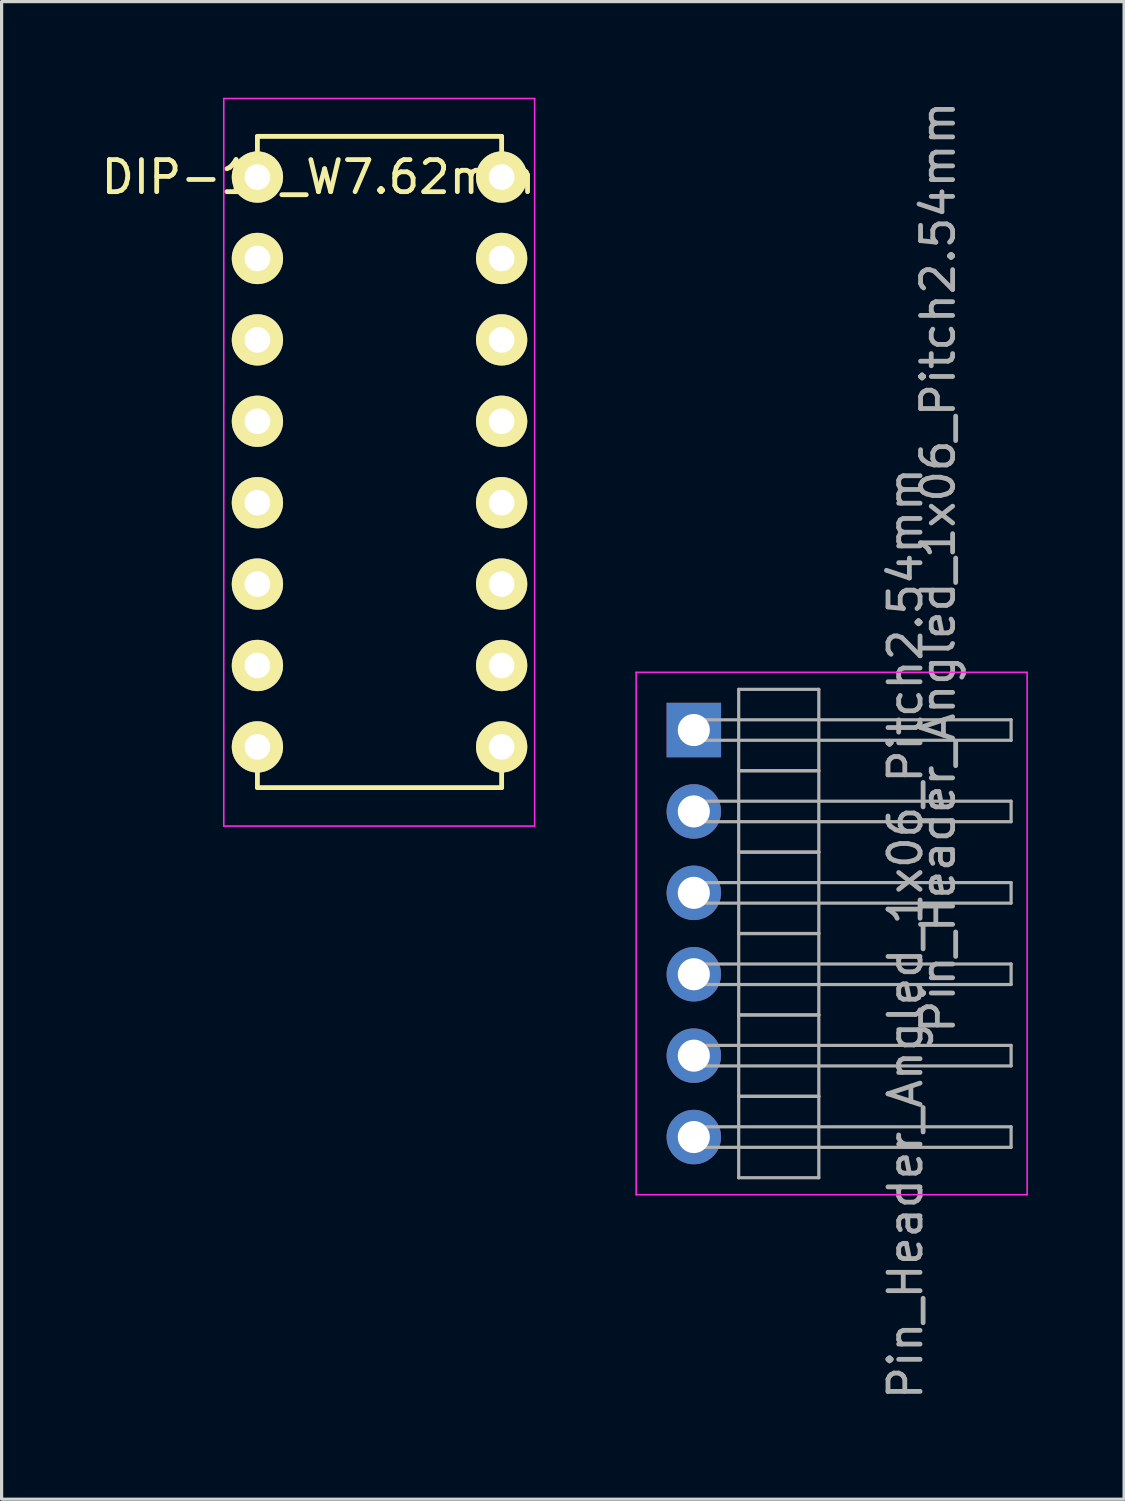
<source format=kicad_pcb>
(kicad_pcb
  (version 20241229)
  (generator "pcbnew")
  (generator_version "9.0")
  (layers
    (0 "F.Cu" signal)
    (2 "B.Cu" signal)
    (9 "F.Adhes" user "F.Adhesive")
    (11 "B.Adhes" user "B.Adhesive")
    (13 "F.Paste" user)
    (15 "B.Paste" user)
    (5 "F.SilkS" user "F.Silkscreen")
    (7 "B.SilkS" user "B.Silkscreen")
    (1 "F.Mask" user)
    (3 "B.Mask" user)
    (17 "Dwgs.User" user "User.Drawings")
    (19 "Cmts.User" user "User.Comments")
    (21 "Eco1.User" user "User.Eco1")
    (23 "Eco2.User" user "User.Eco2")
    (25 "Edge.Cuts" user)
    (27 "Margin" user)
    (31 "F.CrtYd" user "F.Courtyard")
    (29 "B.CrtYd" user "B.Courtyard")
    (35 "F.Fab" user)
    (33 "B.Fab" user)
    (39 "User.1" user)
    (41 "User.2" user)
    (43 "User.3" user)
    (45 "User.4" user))
  (footprint "DIP-16_W7.62mm"
    (layer "F.Cu")
    (at 4.982 2.475)
    (property "Reference" "DIP-16_W7.62mm" (at 1.905 0 0) (layer "F.SilkS") (effects (font (size 1 1) (thickness 0.15))))
    (attr through_hole)
    (fp_line (start 0 -1.27) (end 7.62 -1.27) (stroke (width 0.15) (type solid)) (layer "F.SilkS"))
    (fp_line (start 0 0) (end 0 -1.27) (stroke (width 0.15) (type solid)) (layer "F.SilkS"))
    (fp_line (start 0 17.78) (end 0 19.05) (stroke (width 0.15) (type solid)) (layer "F.SilkS"))
    (fp_line (start 0 19.05) (end 7.62 19.05) (stroke (width 0.15) (type solid)) (layer "F.SilkS"))
    (fp_line (start 7.62 -1.27) (end 7.62 0) (stroke (width 0.15) (type solid)) (layer "F.SilkS"))
    (fp_line (start 7.62 19.05) (end 7.62 17.78) (stroke (width 0.15) (type solid)) (layer "F.SilkS"))
    (fp_line (start -1.05 -2.45) (end -1.05 20.25) (stroke (width 0.05) (type solid)) (layer "F.CrtYd"))
    (fp_line (start -1.05 -2.45) (end 8.65 -2.45) (stroke (width 0.05) (type solid)) (layer "F.CrtYd"))
    (fp_line (start -1.05 20.25) (end 8.65 20.25) (stroke (width 0.05) (type solid)) (layer "F.CrtYd"))
    (fp_line (start 8.65 -2.45) (end 8.65 20.25) (stroke (width 0.05) (type solid)) (layer "F.CrtYd"))
    (pad "1" thru_hole oval (at 0 0) (size 1.6 1.6) (drill 0.8) (layers "*.Cu" "*.Mask" "F.SilkS"))
    (pad "2" thru_hole oval (at 0 2.54) (size 1.6 1.6) (drill 0.8) (layers "*.Cu" "*.Mask" "F.SilkS"))
    (pad "3" thru_hole oval (at 0 5.08) (size 1.6 1.6) (drill 0.8) (layers "*.Cu" "*.Mask" "F.SilkS"))
    (pad "4" thru_hole oval (at 0 7.62) (size 1.6 1.6) (drill 0.8) (layers "*.Cu" "*.Mask" "F.SilkS"))
    (pad "5" thru_hole oval (at 0 10.16) (size 1.6 1.6) (drill 0.8) (layers "*.Cu" "*.Mask" "F.SilkS"))
    (pad "6" thru_hole oval (at 0 12.7) (size 1.6 1.6) (drill 0.8) (layers "*.Cu" "*.Mask" "F.SilkS"))
    (pad "7" thru_hole oval (at 0 15.24) (size 1.6 1.6) (drill 0.8) (layers "*.Cu" "*.Mask" "F.SilkS"))
    (pad "8" thru_hole oval (at 0 17.78) (size 1.6 1.6) (drill 0.8) (layers "*.Cu" "*.Mask" "F.SilkS"))
    (pad "9" thru_hole oval (at 7.62 17.78) (size 1.6 1.6) (drill 0.8) (layers "*.Cu" "*.Mask" "F.SilkS"))
    (pad "10" thru_hole oval (at 7.62 15.24) (size 1.6 1.6) (drill 0.8) (layers "*.Cu" "*.Mask" "F.SilkS"))
    (pad "11" thru_hole oval (at 7.62 12.7) (size 1.6 1.6) (drill 0.8) (layers "*.Cu" "*.Mask" "F.SilkS"))
    (pad "12" thru_hole oval (at 7.62 10.16) (size 1.6 1.6) (drill 0.8) (layers "*.Cu" "*.Mask" "F.SilkS"))
    (pad "13" thru_hole oval (at 7.62 7.62) (size 1.6 1.6) (drill 0.8) (layers "*.Cu" "*.Mask" "F.SilkS"))
    (pad "14" thru_hole oval (at 7.62 5.08) (size 1.6 1.6) (drill 0.8) (layers "*.Cu" "*.Mask" "F.SilkS"))
    (pad "15" thru_hole oval (at 7.62 2.54) (size 1.6 1.6) (drill 0.8) (layers "*.Cu" "*.Mask" "F.SilkS"))
    (pad "16" thru_hole oval (at 7.62 0) (size 1.6 1.6) (drill 0.8) (layers "*.Cu" "*.Mask" "F.SilkS")))
  (footprint "Pin_Header_Angled_1x06_Pitch2.54mm"
    (layer "F.Cu")
    (at 18.599 19.729)
    (property "Reference" "Pin_Header_Angled_1x06_Pitch2.54mm" (at 6.604 6.35 90) (layer "F.Fab") (effects (font (size 1 1) (thickness 0.15))))
    (attr through_hole)
    (fp_line (start -1.8 -1.8) (end -1.8 14.5) (stroke (width 0.05) (type solid)) (layer "F.CrtYd"))
    (fp_line (start -1.8 14.5) (end 10.4 14.5) (stroke (width 0.05) (type solid)) (layer "F.CrtYd"))
    (fp_line (start 10.4 -1.8) (end -1.8 -1.8) (stroke (width 0.05) (type solid)) (layer "F.CrtYd"))
    (fp_line (start 10.4 14.5) (end 10.4 -1.8) (stroke (width 0.05) (type solid)) (layer "F.CrtYd"))
    (fp_line (start 0 -0.32) (end 0 0.32) (stroke (width 0.1) (type solid)) (layer "F.Fab"))
    (fp_line (start 0 0.32) (end 9.9 0.32) (stroke (width 0.1) (type solid)) (layer "F.Fab"))
    (fp_line (start 0 2.22) (end 0 2.86) (stroke (width 0.1) (type solid)) (layer "F.Fab"))
    (fp_line (start 0 2.86) (end 9.9 2.86) (stroke (width 0.1) (type solid)) (layer "F.Fab"))
    (fp_line (start 0 4.76) (end 0 5.4) (stroke (width 0.1) (type solid)) (layer "F.Fab"))
    (fp_line (start 0 5.4) (end 9.9 5.4) (stroke (width 0.1) (type solid)) (layer "F.Fab"))
    (fp_line (start 0 7.3) (end 0 7.94) (stroke (width 0.1) (type solid)) (layer "F.Fab"))
    (fp_line (start 0 7.94) (end 9.9 7.94) (stroke (width 0.1) (type solid)) (layer "F.Fab"))
    (fp_line (start 0 9.84) (end 0 10.48) (stroke (width 0.1) (type solid)) (layer "F.Fab"))
    (fp_line (start 0 10.48) (end 9.9 10.48) (stroke (width 0.1) (type solid)) (layer "F.Fab"))
    (fp_line (start 0 12.38) (end 0 13.02) (stroke (width 0.1) (type solid)) (layer "F.Fab"))
    (fp_line (start 0 13.02) (end 9.9 13.02) (stroke (width 0.1) (type solid)) (layer "F.Fab"))
    (fp_line (start 1.4 -1.27) (end 1.4 1.27) (stroke (width 0.1) (type solid)) (layer "F.Fab"))
    (fp_line (start 1.4 1.27) (end 1.4 3.81) (stroke (width 0.1) (type solid)) (layer "F.Fab"))
    (fp_line (start 1.4 1.27) (end 3.9 1.27) (stroke (width 0.1) (type solid)) (layer "F.Fab"))
    (fp_line (start 1.4 3.81) (end 1.4 6.35) (stroke (width 0.1) (type solid)) (layer "F.Fab"))
    (fp_line (start 1.4 3.81) (end 3.9 3.81) (stroke (width 0.1) (type solid)) (layer "F.Fab"))
    (fp_line (start 1.4 6.35) (end 1.4 8.89) (stroke (width 0.1) (type solid)) (layer "F.Fab"))
    (fp_line (start 1.4 6.35) (end 3.9 6.35) (stroke (width 0.1) (type solid)) (layer "F.Fab"))
    (fp_line (start 1.4 8.89) (end 1.4 11.43) (stroke (width 0.1) (type solid)) (layer "F.Fab"))
    (fp_line (start 1.4 8.89) (end 3.9 8.89) (stroke (width 0.1) (type solid)) (layer "F.Fab"))
    (fp_line (start 1.4 11.43) (end 1.4 13.97) (stroke (width 0.1) (type solid)) (layer "F.Fab"))
    (fp_line (start 1.4 11.43) (end 3.9 11.43) (stroke (width 0.1) (type solid)) (layer "F.Fab"))
    (fp_line (start 1.4 13.97) (end 3.9 13.97) (stroke (width 0.1) (type solid)) (layer "F.Fab"))
    (fp_line (start 3.9 -1.27) (end 1.4 -1.27) (stroke (width 0.1) (type solid)) (layer "F.Fab"))
    (fp_line (start 3.9 1.27) (end 1.4 1.27) (stroke (width 0.1) (type solid)) (layer "F.Fab"))
    (fp_line (start 3.9 1.27) (end 3.9 -1.27) (stroke (width 0.1) (type solid)) (layer "F.Fab"))
    (fp_line (start 3.9 3.81) (end 1.4 3.81) (stroke (width 0.1) (type solid)) (layer "F.Fab"))
    (fp_line (start 3.9 3.81) (end 3.9 1.27) (stroke (width 0.1) (type solid)) (layer "F.Fab"))
    (fp_line (start 3.9 6.35) (end 1.4 6.35) (stroke (width 0.1) (type solid)) (layer "F.Fab"))
    (fp_line (start 3.9 6.35) (end 3.9 3.81) (stroke (width 0.1) (type solid)) (layer "F.Fab"))
    (fp_line (start 3.9 8.89) (end 1.4 8.89) (stroke (width 0.1) (type solid)) (layer "F.Fab"))
    (fp_line (start 3.9 8.89) (end 3.9 6.35) (stroke (width 0.1) (type solid)) (layer "F.Fab"))
    (fp_line (start 3.9 11.43) (end 1.4 11.43) (stroke (width 0.1) (type solid)) (layer "F.Fab"))
    (fp_line (start 3.9 11.43) (end 3.9 8.89) (stroke (width 0.1) (type solid)) (layer "F.Fab"))
    (fp_line (start 3.9 13.97) (end 3.9 11.43) (stroke (width 0.1) (type solid)) (layer "F.Fab"))
    (fp_line (start 9.9 -0.32) (end 0 -0.32) (stroke (width 0.1) (type solid)) (layer "F.Fab"))
    (fp_line (start 9.9 0.32) (end 9.9 -0.32) (stroke (width 0.1) (type solid)) (layer "F.Fab"))
    (fp_line (start 9.9 2.22) (end 0 2.22) (stroke (width 0.1) (type solid)) (layer "F.Fab"))
    (fp_line (start 9.9 2.86) (end 9.9 2.22) (stroke (width 0.1) (type solid)) (layer "F.Fab"))
    (fp_line (start 9.9 4.76) (end 0 4.76) (stroke (width 0.1) (type solid)) (layer "F.Fab"))
    (fp_line (start 9.9 5.4) (end 9.9 4.76) (stroke (width 0.1) (type solid)) (layer "F.Fab"))
    (fp_line (start 9.9 7.3) (end 0 7.3) (stroke (width 0.1) (type solid)) (layer "F.Fab"))
    (fp_line (start 9.9 7.94) (end 9.9 7.3) (stroke (width 0.1) (type solid)) (layer "F.Fab"))
    (fp_line (start 9.9 9.84) (end 0 9.84) (stroke (width 0.1) (type solid)) (layer "F.Fab"))
    (fp_line (start 9.9 10.48) (end 9.9 9.84) (stroke (width 0.1) (type solid)) (layer "F.Fab"))
    (fp_line (start 9.9 12.38) (end 0 12.38) (stroke (width 0.1) (type solid)) (layer "F.Fab"))
    (fp_line (start 9.9 13.02) (end 9.9 12.38) (stroke (width 0.1) (type solid)) (layer "F.Fab"))
    (fp_text user "${REFERENCE}" (at 7.62 -5.08 90) (layer "F.Fab") (effects (font (size 1 1) (thickness 0.15))))
    (pad "1" thru_hole rect (at 0 0) (size 1.7 1.7) (drill 1) (layers "*.Cu" "*.Mask"))
    (pad "2" thru_hole oval (at 0 2.54) (size 1.7 1.7) (drill 1) (layers "*.Cu" "*.Mask"))
    (pad "3" thru_hole oval (at 0 5.08) (size 1.7 1.7) (drill 1) (layers "*.Cu" "*.Mask"))
    (pad "4" thru_hole oval (at 0 7.62) (size 1.7 1.7) (drill 1) (layers "*.Cu" "*.Mask"))
    (pad "5" thru_hole oval (at 0 10.16) (size 1.7 1.7) (drill 1) (layers "*.Cu" "*.Mask"))
    (pad "6" thru_hole oval (at 0 12.7) (size 1.7 1.7) (drill 1) (layers "*.Cu" "*.Mask")))
  (gr_rect
    (start -3 -3)
    (end 32.024 43.728)
    (stroke (width 0.1) (type default))
    (fill no)
    (layer "Edge.Cuts")))
</source>
